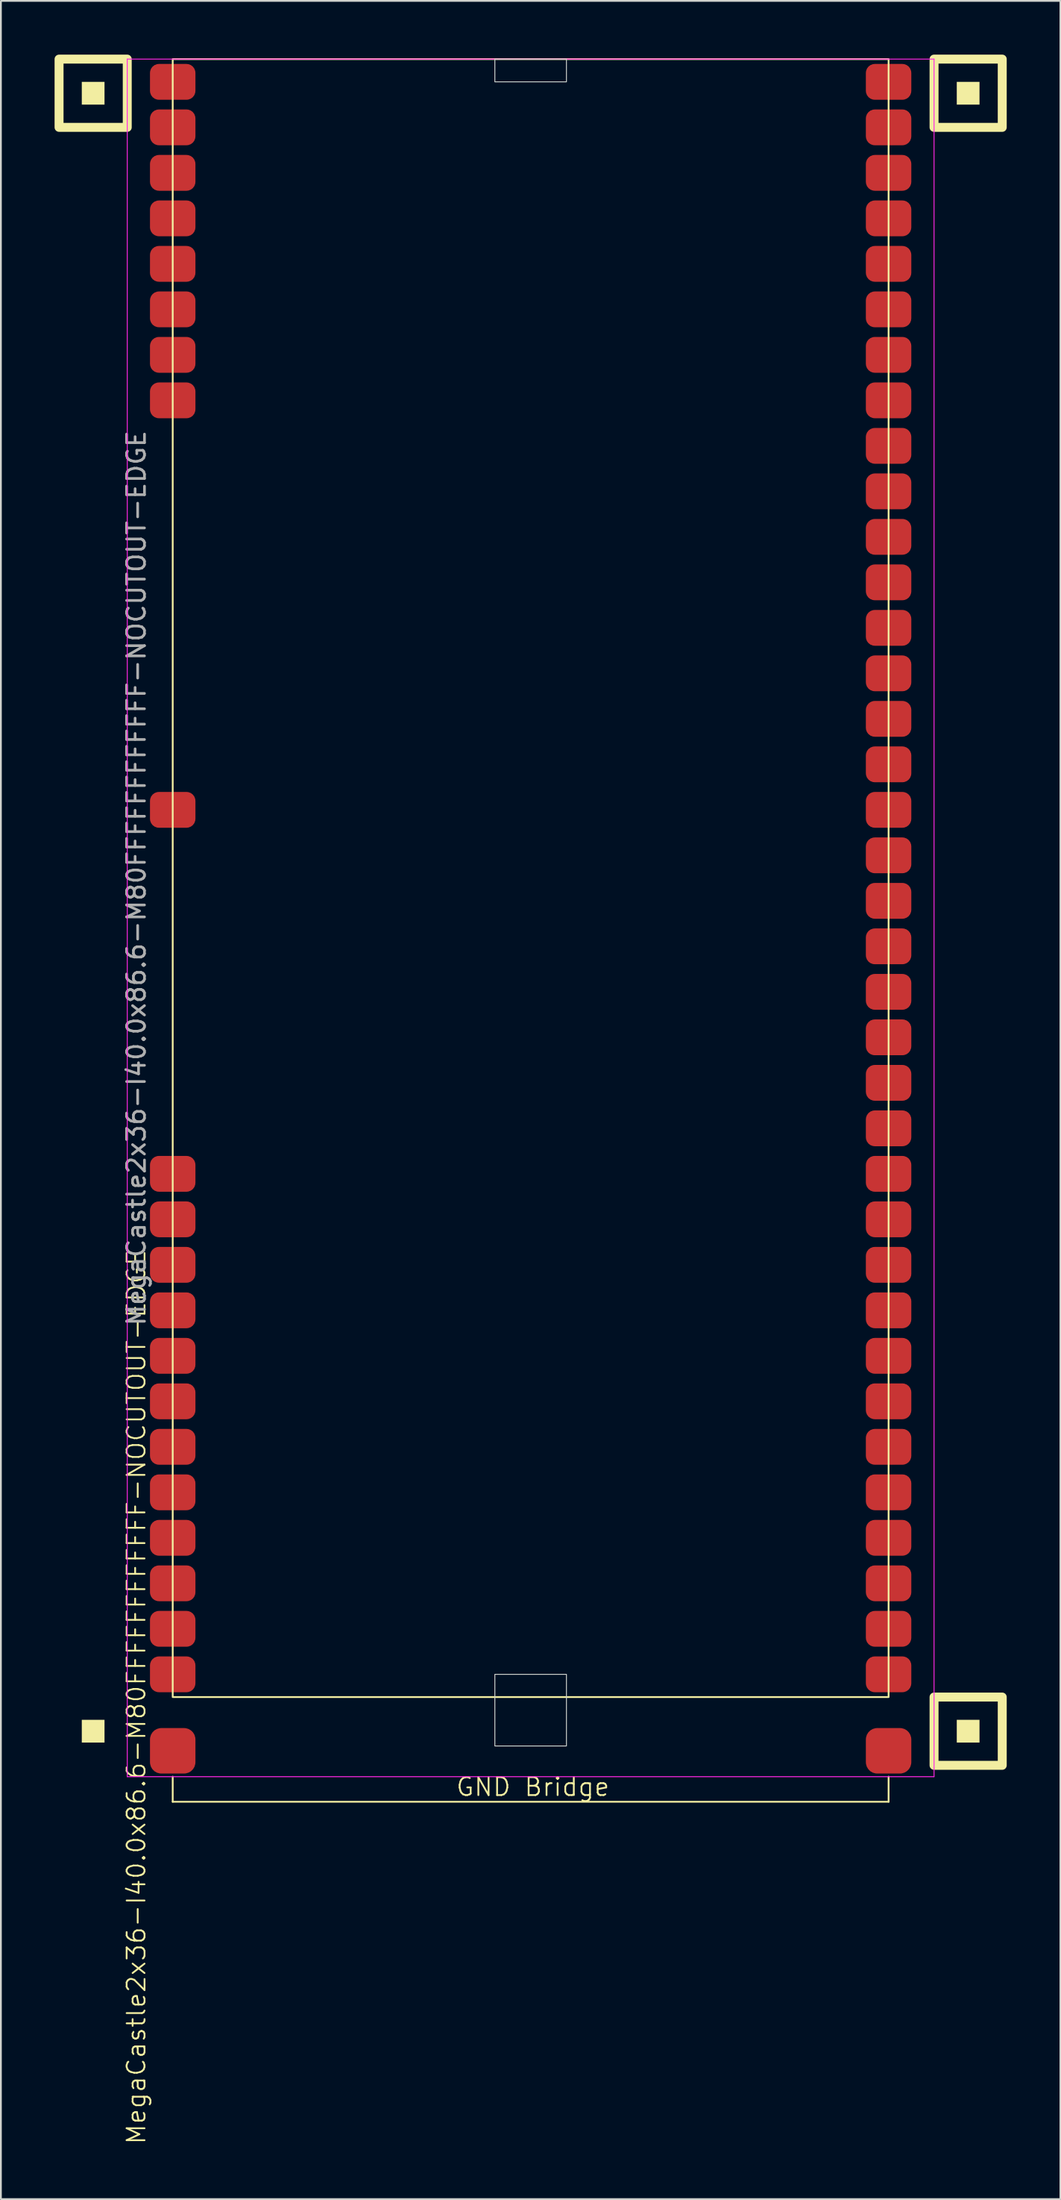
<source format=kicad_pcb>
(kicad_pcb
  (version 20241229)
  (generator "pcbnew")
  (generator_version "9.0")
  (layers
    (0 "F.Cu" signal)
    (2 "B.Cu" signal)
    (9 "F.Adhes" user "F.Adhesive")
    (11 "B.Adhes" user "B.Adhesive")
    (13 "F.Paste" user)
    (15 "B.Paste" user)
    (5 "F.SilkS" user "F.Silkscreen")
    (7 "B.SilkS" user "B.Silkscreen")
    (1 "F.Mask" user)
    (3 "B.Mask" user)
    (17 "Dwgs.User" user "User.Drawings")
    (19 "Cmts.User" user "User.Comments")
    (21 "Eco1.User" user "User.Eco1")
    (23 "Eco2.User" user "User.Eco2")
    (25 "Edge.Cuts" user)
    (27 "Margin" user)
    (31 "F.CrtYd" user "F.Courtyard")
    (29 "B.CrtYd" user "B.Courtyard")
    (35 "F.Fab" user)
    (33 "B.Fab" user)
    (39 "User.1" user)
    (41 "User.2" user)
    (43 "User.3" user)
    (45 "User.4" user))
  (footprint "MegaCastle2x36-I40.0x86.6-M80FFFFFFFFFFFF-NOCUTOUT-EDGE"
    (layer "F.Cu")
    (at 26.6 45.97)
    (property "Reference" "MegaCastle2x36-I40.0x86.6-M80FFFFFFFFFFFF-NOCUTOUT-EDGE" (at -22.032 45.72 90) (unlocked yes) (layer "F.SilkS") (effects (font (size 1 1) (thickness 0.1))))
    (attr smd)
    (fp_line (start -20 50.165) (end -20 51.565) (stroke (width 0.1) (type default)) (layer "F.SilkS"))
    (fp_line (start -20 51.565) (end 20 51.565) (stroke (width 0.1) (type default)) (layer "F.SilkS"))
    (fp_line (start 20 50.165) (end 20 51.565) (stroke (width 0.1) (type default)) (layer "F.SilkS"))
    (fp_rect (start -23.81 -43.18) (end -25.08 -44.45) (stroke (width 0) (type solid)) (fill yes) (layer "F.SilkS"))
    (fp_rect (start -23.81 48.26) (end -25.08 46.99) (stroke (width 0) (type solid)) (fill yes) (layer "F.SilkS"))
    (fp_rect (start -22.54 -41.91) (end -26.35 -45.72) (stroke (width 0.5) (type default)) (fill no) (layer "F.SilkS"))
    (fp_rect (start -20 -45.72) (end 20 45.72) (stroke (width 0.1) (type default)) (fill no) (layer "F.SilkS"))
    (fp_rect (start 25.08 -43.18) (end 23.81 -44.45) (stroke (width 0) (type solid)) (fill yes) (layer "F.SilkS"))
    (fp_rect (start 25.08 48.26) (end 23.81 46.99) (stroke (width 0) (type solid)) (fill yes) (layer "F.SilkS"))
    (fp_rect (start 26.35 -41.91) (end 22.54 -45.72) (stroke (width 0.5) (type default)) (fill no) (layer "F.SilkS"))
    (fp_rect (start 26.35 49.53) (end 22.54 45.72) (stroke (width 0.5) (type default)) (fill no) (layer "F.SilkS"))
    (fp_rect (start -2 -44.45) (end 2 -45.72) (stroke (width 0.05) (type default)) (fill no) (layer "Edge.Cuts"))
    (fp_rect (start -2 44.45) (end 2 48.45) (stroke (width 0.05) (type default)) (fill no) (layer "Edge.Cuts"))
    (fp_line (start -22.54 -45.72) (end -22.54 50.165) (stroke (width 0.05) (type default)) (layer "F.CrtYd"))
    (fp_line (start -22.54 50.165) (end 22.54 50.165) (stroke (width 0.05) (type default)) (layer "F.CrtYd"))
    (fp_line (start 22.54 -45.72) (end -22.54 -45.72) (stroke (width 0.05) (type default)) (layer "F.CrtYd"))
    (fp_line (start 22.54 -45.72) (end 22.54 50.165) (stroke (width 0.05) (type default)) (layer "F.CrtYd"))
    (fp_text user "GND Bridge" (at -4.226 51.32 0) (unlocked yes) (layer "F.SilkS") (effects (font (size 1 1) (thickness 0.1)) (justify left bottom)))
    (fp_text user "${REFERENCE}" (at -22.032 0 90) (unlocked yes) (layer "F.Fab") (effects (font (size 1 1) (thickness 0.15))))
    (pad "1" smd roundrect (at -20 -44.45) (size 2.54 2) (layers "F.Cu" "F.Mask" "F.Paste") (roundrect_rratio 0.25))
    (pad "2" smd roundrect (at -20 -41.91) (size 2.54 2) (layers "F.Cu" "F.Mask" "F.Paste") (roundrect_rratio 0.25))
    (pad "3" smd roundrect (at -20 -39.37) (size 2.54 2) (layers "F.Cu" "F.Mask" "F.Paste") (roundrect_rratio 0.25))
    (pad "4" smd roundrect (at -20 -36.83) (size 2.54 2) (layers "F.Cu" "F.Mask" "F.Paste") (roundrect_rratio 0.25))
    (pad "5" smd roundrect (at -20 -34.29) (size 2.54 2) (layers "F.Cu" "F.Mask" "F.Paste") (roundrect_rratio 0.25))
    (pad "6" smd roundrect (at -20 -31.75) (size 2.54 2) (layers "F.Cu" "F.Mask" "F.Paste") (roundrect_rratio 0.25))
    (pad "7" smd roundrect (at -20 -29.21) (size 2.54 2) (layers "F.Cu" "F.Mask" "F.Paste") (roundrect_rratio 0.25))
    (pad "8" smd roundrect (at -20 -26.67) (size 2.54 2) (layers "F.Cu" "F.Mask" "F.Paste") (roundrect_rratio 0.25))
    (pad "17" smd roundrect (at -20 -3.81) (size 2.54 2) (layers "F.Cu" "F.Mask" "F.Paste") (roundrect_rratio 0.25))
    (pad "25" smd roundrect (at -20 16.51) (size 2.54 2) (layers "F.Cu" "F.Mask" "F.Paste") (roundrect_rratio 0.25))
    (pad "26" smd roundrect (at -20 19.05) (size 2.54 2) (layers "F.Cu" "F.Mask" "F.Paste") (roundrect_rratio 0.25))
    (pad "27" smd roundrect (at -20 21.59) (size 2.54 2) (layers "F.Cu" "F.Mask" "F.Paste") (roundrect_rratio 0.25))
    (pad "28" smd roundrect (at -20 24.13) (size 2.54 2) (layers "F.Cu" "F.Mask" "F.Paste") (roundrect_rratio 0.25))
    (pad "29" smd roundrect (at -20 26.67) (size 2.54 2) (layers "F.Cu" "F.Mask" "F.Paste") (roundrect_rratio 0.25))
    (pad "30" smd roundrect (at -20 29.21) (size 2.54 2) (layers "F.Cu" "F.Mask" "F.Paste") (roundrect_rratio 0.25))
    (pad "31" smd roundrect (at -20 31.75) (size 2.54 2) (layers "F.Cu" "F.Mask" "F.Paste") (roundrect_rratio 0.25))
    (pad "32" smd roundrect (at -20 34.29) (size 2.54 2) (layers "F.Cu" "F.Mask" "F.Paste") (roundrect_rratio 0.25))
    (pad "33" smd roundrect (at -20 36.83) (size 2.54 2) (layers "F.Cu" "F.Mask" "F.Paste") (roundrect_rratio 0.25))
    (pad "34" smd roundrect (at -20 39.37) (size 2.54 2) (layers "F.Cu" "F.Mask" "F.Paste") (roundrect_rratio 0.25))
    (pad "35" smd roundrect (at -20 41.91) (size 2.54 2) (layers "F.Cu" "F.Mask" "F.Paste") (roundrect_rratio 0.25))
    (pad "36" smd roundrect (at -20 44.45) (size 2.54 2) (layers "F.Cu" "F.Mask" "F.Paste") (roundrect_rratio 0.25))
    (pad "37" smd roundrect (at 20 -44.45) (size 2.54 2) (layers "F.Cu" "F.Mask" "F.Paste") (roundrect_rratio 0.25))
    (pad "38" smd roundrect (at 20 -41.91) (size 2.54 2) (layers "F.Cu" "F.Mask" "F.Paste") (roundrect_rratio 0.25))
    (pad "39" smd roundrect (at 20 -39.37) (size 2.54 2) (layers "F.Cu" "F.Mask" "F.Paste") (roundrect_rratio 0.25))
    (pad "40" smd roundrect (at 20 -36.83) (size 2.54 2) (layers "F.Cu" "F.Mask" "F.Paste") (roundrect_rratio 0.25))
    (pad "41" smd roundrect (at 20 -34.29) (size 2.54 2) (layers "F.Cu" "F.Mask" "F.Paste") (roundrect_rratio 0.25))
    (pad "42" smd roundrect (at 20 -31.75) (size 2.54 2) (layers "F.Cu" "F.Mask" "F.Paste") (roundrect_rratio 0.25))
    (pad "43" smd roundrect (at 20 -29.21) (size 2.54 2) (layers "F.Cu" "F.Mask" "F.Paste") (roundrect_rratio 0.25))
    (pad "44" smd roundrect (at 20 -26.67) (size 2.54 2) (layers "F.Cu" "F.Mask" "F.Paste") (roundrect_rratio 0.25))
    (pad "45" smd roundrect (at 20 -24.13) (size 2.54 2) (layers "F.Cu" "F.Mask" "F.Paste") (roundrect_rratio 0.25))
    (pad "46" smd roundrect (at 20 -21.59) (size 2.54 2) (layers "F.Cu" "F.Mask" "F.Paste") (roundrect_rratio 0.25))
    (pad "47" smd roundrect (at 20 -19.05) (size 2.54 2) (layers "F.Cu" "F.Mask" "F.Paste") (roundrect_rratio 0.25))
    (pad "48" smd roundrect (at 20 -16.51) (size 2.54 2) (layers "F.Cu" "F.Mask" "F.Paste") (roundrect_rratio 0.25))
    (pad "49" smd roundrect (at 20 -13.97) (size 2.54 2) (layers "F.Cu" "F.Mask" "F.Paste") (roundrect_rratio 0.25))
    (pad "50" smd roundrect (at 20 -11.43) (size 2.54 2) (layers "F.Cu" "F.Mask" "F.Paste") (roundrect_rratio 0.25))
    (pad "51" smd roundrect (at 20 -8.89) (size 2.54 2) (layers "F.Cu" "F.Mask" "F.Paste") (roundrect_rratio 0.25))
    (pad "52" smd roundrect (at 20 -6.35) (size 2.54 2) (layers "F.Cu" "F.Mask" "F.Paste") (roundrect_rratio 0.25))
    (pad "53" smd roundrect (at 20 -3.81) (size 2.54 2) (layers "F.Cu" "F.Mask" "F.Paste") (roundrect_rratio 0.25))
    (pad "54" smd roundrect (at 20 -1.27) (size 2.54 2) (layers "F.Cu" "F.Mask" "F.Paste") (roundrect_rratio 0.25))
    (pad "55" smd roundrect (at 20 1.27) (size 2.54 2) (layers "F.Cu" "F.Mask" "F.Paste") (roundrect_rratio 0.25))
    (pad "56" smd roundrect (at 20 3.81) (size 2.54 2) (layers "F.Cu" "F.Mask" "F.Paste") (roundrect_rratio 0.25))
    (pad "57" smd roundrect (at 20 6.35) (size 2.54 2) (layers "F.Cu" "F.Mask" "F.Paste") (roundrect_rratio 0.25))
    (pad "58" smd roundrect (at 20 8.89) (size 2.54 2) (layers "F.Cu" "F.Mask" "F.Paste") (roundrect_rratio 0.25))
    (pad "59" smd roundrect (at 20 11.43) (size 2.54 2) (layers "F.Cu" "F.Mask" "F.Paste") (roundrect_rratio 0.25))
    (pad "60" smd roundrect (at 20 13.97) (size 2.54 2) (layers "F.Cu" "F.Mask" "F.Paste") (roundrect_rratio 0.25))
    (pad "61" smd roundrect (at 20 16.51) (size 2.54 2) (layers "F.Cu" "F.Mask" "F.Paste") (roundrect_rratio 0.25))
    (pad "62" smd roundrect (at 20 19.05) (size 2.54 2) (layers "F.Cu" "F.Mask" "F.Paste") (roundrect_rratio 0.25))
    (pad "63" smd roundrect (at 20 21.59) (size 2.54 2) (layers "F.Cu" "F.Mask" "F.Paste") (roundrect_rratio 0.25))
    (pad "64" smd roundrect (at 20 24.13) (size 2.54 2) (layers "F.Cu" "F.Mask" "F.Paste") (roundrect_rratio 0.25))
    (pad "65" smd roundrect (at 20 26.67) (size 2.54 2) (layers "F.Cu" "F.Mask" "F.Paste") (roundrect_rratio 0.25))
    (pad "66" smd roundrect (at 20 29.21) (size 2.54 2) (layers "F.Cu" "F.Mask" "F.Paste") (roundrect_rratio 0.25))
    (pad "67" smd roundrect (at 20 31.75) (size 2.54 2) (layers "F.Cu" "F.Mask" "F.Paste") (roundrect_rratio 0.25))
    (pad "68" smd roundrect (at 20 34.29) (size 2.54 2) (layers "F.Cu" "F.Mask" "F.Paste") (roundrect_rratio 0.25))
    (pad "69" smd roundrect (at 20 36.83) (size 2.54 2) (layers "F.Cu" "F.Mask" "F.Paste") (roundrect_rratio 0.25))
    (pad "70" smd roundrect (at 20 39.37) (size 2.54 2) (layers "F.Cu" "F.Mask" "F.Paste") (roundrect_rratio 0.25))
    (pad "71" smd roundrect (at 20 41.91) (size 2.54 2) (layers "F.Cu" "F.Mask" "F.Paste") (roundrect_rratio 0.25))
    (pad "72" smd roundrect (at 20 44.45) (size 2.54 2) (layers "F.Cu" "F.Mask" "F.Paste") (roundrect_rratio 0.25))
    (pad "B1" smd roundrect (at -20 48.72) (size 2.54 2.54) (layers "F.Cu" "F.Mask" "F.Paste") (roundrect_rratio 0.25))
    (pad "B2" smd roundrect (at 20 48.72) (size 2.54 2.54) (layers "F.Cu" "F.Mask" "F.Paste") (roundrect_rratio 0.25)))
  (gr_rect
    (start -3 -3)
    (end 56.2 119.716)
    (stroke (width 0.1) (type default))
    (fill no)
    (layer "Edge.Cuts")))
</source>
